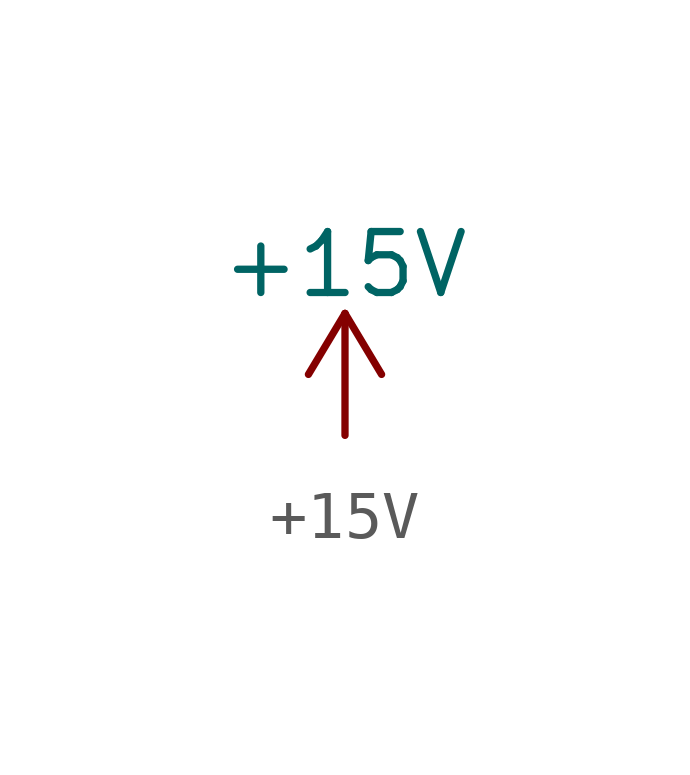
<source format=kicad_sym>
(kicad_symbol_lib
  (version 20231120)
  (generator "kicad_symbol_editor")
  (generator_version "8.0")
  (symbol "+15V"
    (power)
    (pin_names
      (offset 0))
    (property "Reference" "#PWR"
      (at 0 -3.81 0)
      (effects (font (size 1.27 1.27)) (hide yes)))
    (property "Value" "+15V"
      (at 0 3.556 0)
      (effects (font (size 1.27 1.27))))
    (symbol "+15V_0_1"
      (polyline (pts (xy -0.762 1.27) (xy 0 2.54)) (stroke (width 0) (type default)) (fill (type none)))
      (polyline (pts (xy 0 0) (xy 0 2.54)) (stroke (width 0) (type default)) (fill (type none)))
      (polyline (pts (xy 0 2.54) (xy 0.762 1.27)) (stroke (width 0) (type default)) (fill (type none))))
    (symbol "+15V_1_1"
      (pin power_in line (at 0 0 90) (length 0) hide (name "+15V" (effects (font (size 1.27 1.27)))) (number "1" (effects (font (size 1.27 1.27))))))))
</source>
